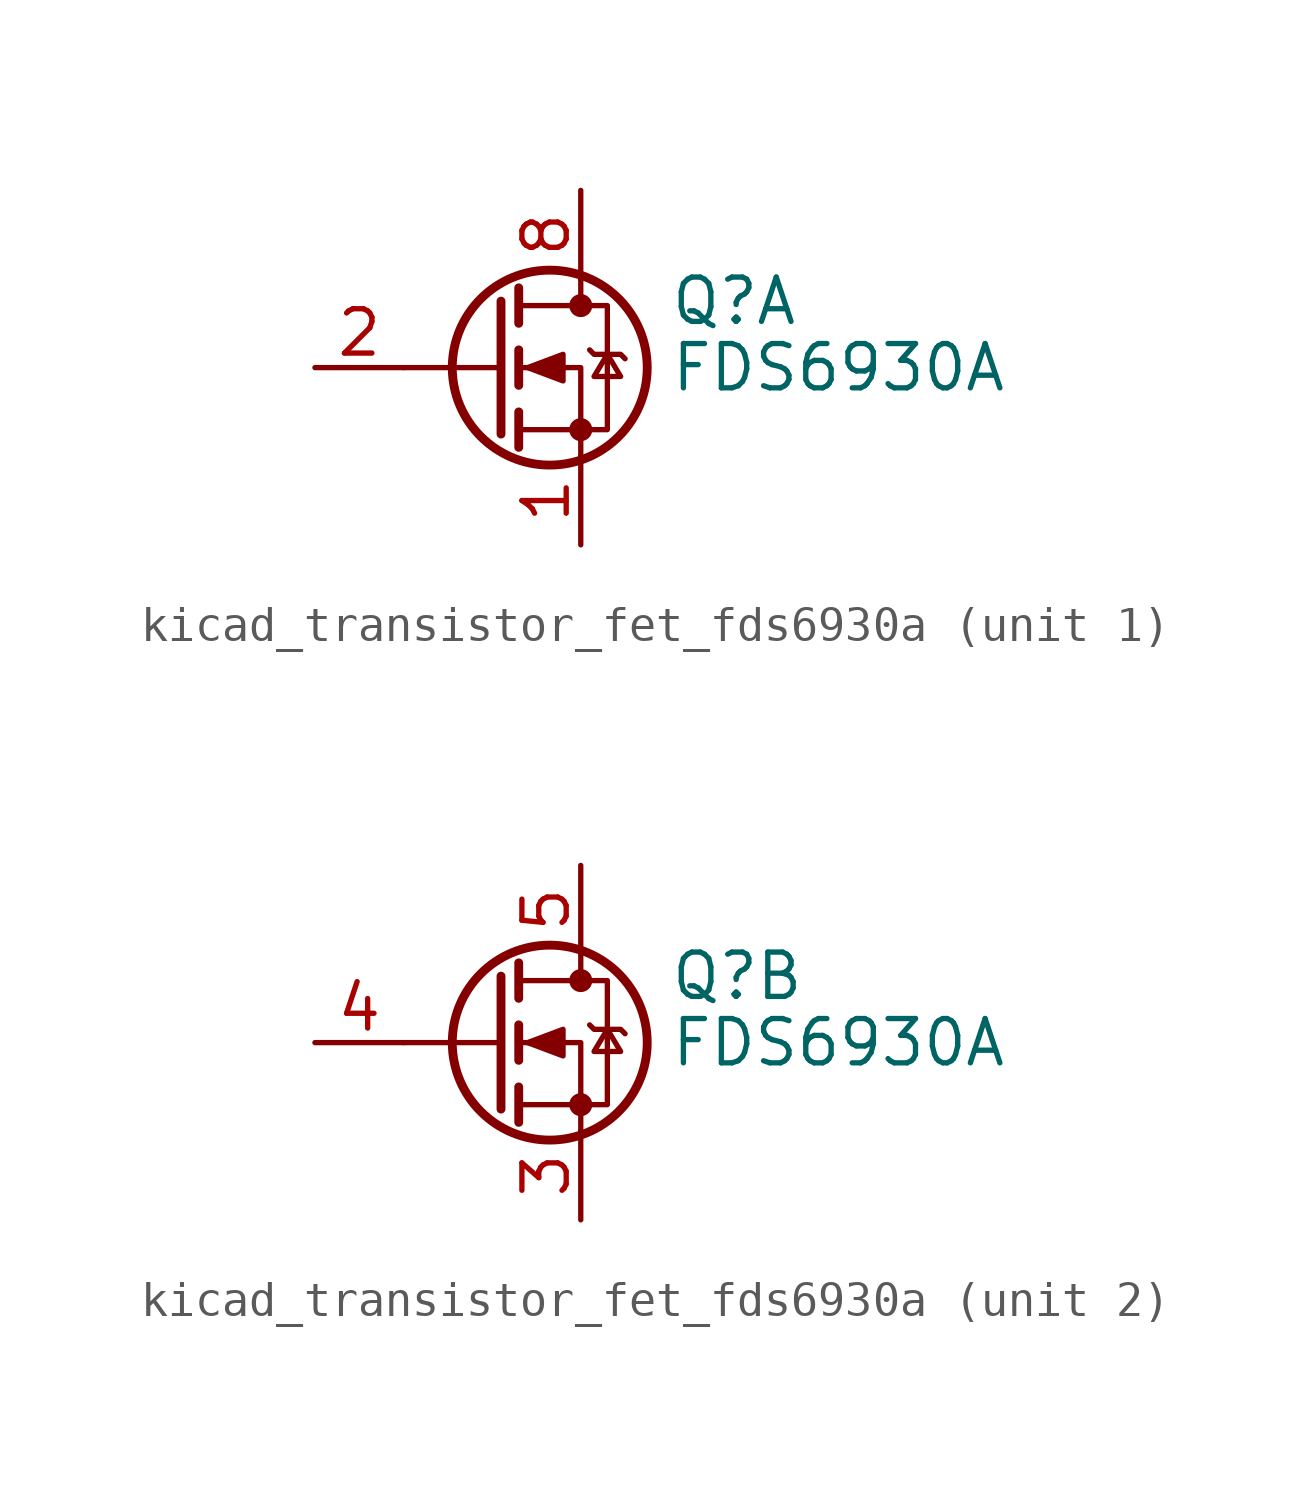
<source format=kicad_sym>
(kicad_symbol_lib
  (version 20220914)
  (generator kicad_symbol_editor)
  (symbol "kicad_transistor_fet_fds6930a"
    (pin_names hide)
    (property "Reference" "Q"
      (at 5.08 1.905 0)
      (effects (font (size 1.27 1.27)) (justify left)))
    (property "Value" "FDS6930A"
      (at 5.08 0 0)
      (effects (font (size 1.27 1.27)) (justify left)))
    (symbol "kicad_transistor_fet_fds6930a_0_1"
      (polyline (pts (xy 0.254 0) (xy -2.54 0)) (stroke (width 0) (type default)) (fill (type none)))
      (polyline (pts (xy 0.254 1.905) (xy 0.254 -1.905)) (stroke (width 0.254) (type default)) (fill (type none)))
      (polyline (pts (xy 0.762 -1.27) (xy 0.762 -2.286)) (stroke (width 0.254) (type default)) (fill (type none)))
      (polyline (pts (xy 0.762 0.508) (xy 0.762 -0.508)) (stroke (width 0.254) (type default)) (fill (type none)))
      (polyline (pts (xy 0.762 2.286) (xy 0.762 1.27)) (stroke (width 0.254) (type default)) (fill (type none)))
      (polyline (pts (xy 2.54 2.54) (xy 2.54 1.778)) (stroke (width 0) (type default)) (fill (type none)))
      (polyline (pts (xy 2.54 -2.54) (xy 2.54 0) (xy 0.762 0)) (stroke (width 0) (type default)) (fill (type none)))
      (polyline (pts (xy 0.762 -1.778) (xy 3.302 -1.778) (xy 3.302 1.778) (xy 0.762 1.778)) (stroke (width 0) (type default)) (fill (type none)))
      (polyline (pts (xy 1.016 0) (xy 2.032 0.381) (xy 2.032 -0.381) (xy 1.016 0)) (stroke (width 0) (type default)) (fill (type outline)))
      (polyline (pts (xy 2.794 0.508) (xy 2.921 0.381) (xy 3.683 0.381) (xy 3.81 0.254)) (stroke (width 0) (type default)) (fill (type none)))
      (polyline (pts (xy 3.302 0.381) (xy 2.921 -0.254) (xy 3.683 -0.254) (xy 3.302 0.381)) (stroke (width 0) (type default)) (fill (type none)))
      (circle (center 1.651 0) (radius 2.794) (stroke (width 0.254) (type default)) (fill (type none)))
      (circle (center 2.54 -1.778) (radius 0.254) (stroke (width 0) (type default)) (fill (type outline)))
      (circle (center 2.54 1.778) (radius 0.254) (stroke (width 0) (type default)) (fill (type outline))))
    (symbol "kicad_transistor_fet_fds6930a_1_1"
      (pin passive line (at 2.54 -5.08 90) (length 2.54) (name "S1" (effects (font (size 1.27 1.27)))) (number "1" (effects (font (size 1.27 1.27)))))
      (pin passive line (at -5.08 0 0) (length 2.54) (name "G1" (effects (font (size 1.27 1.27)))) (number "2" (effects (font (size 1.27 1.27)))))
      (pin passive line (at 2.54 5.08 270) (length 2.54) hide (name "D1" (effects (font (size 1.27 1.27)))) (number "7" (effects (font (size 1.27 1.27)))))
      (pin passive line (at 2.54 5.08 270) (length 2.54) (name "D1" (effects (font (size 1.27 1.27)))) (number "8" (effects (font (size 1.27 1.27))))))
    (symbol "kicad_transistor_fet_fds6930a_2_1"
      (pin passive line (at 2.54 -5.08 90) (length 2.54) (name "S2" (effects (font (size 1.27 1.27)))) (number "3" (effects (font (size 1.27 1.27)))))
      (pin passive line (at -5.08 0 0) (length 2.54) (name "G2" (effects (font (size 1.27 1.27)))) (number "4" (effects (font (size 1.27 1.27)))))
      (pin passive line (at 2.54 5.08 270) (length 2.54) (name "D2" (effects (font (size 1.27 1.27)))) (number "5" (effects (font (size 1.27 1.27)))))
      (pin passive line (at 2.54 5.08 270) (length 2.54) hide (name "D2" (effects (font (size 1.27 1.27)))) (number "6" (effects (font (size 1.27 1.27))))))))
</source>
